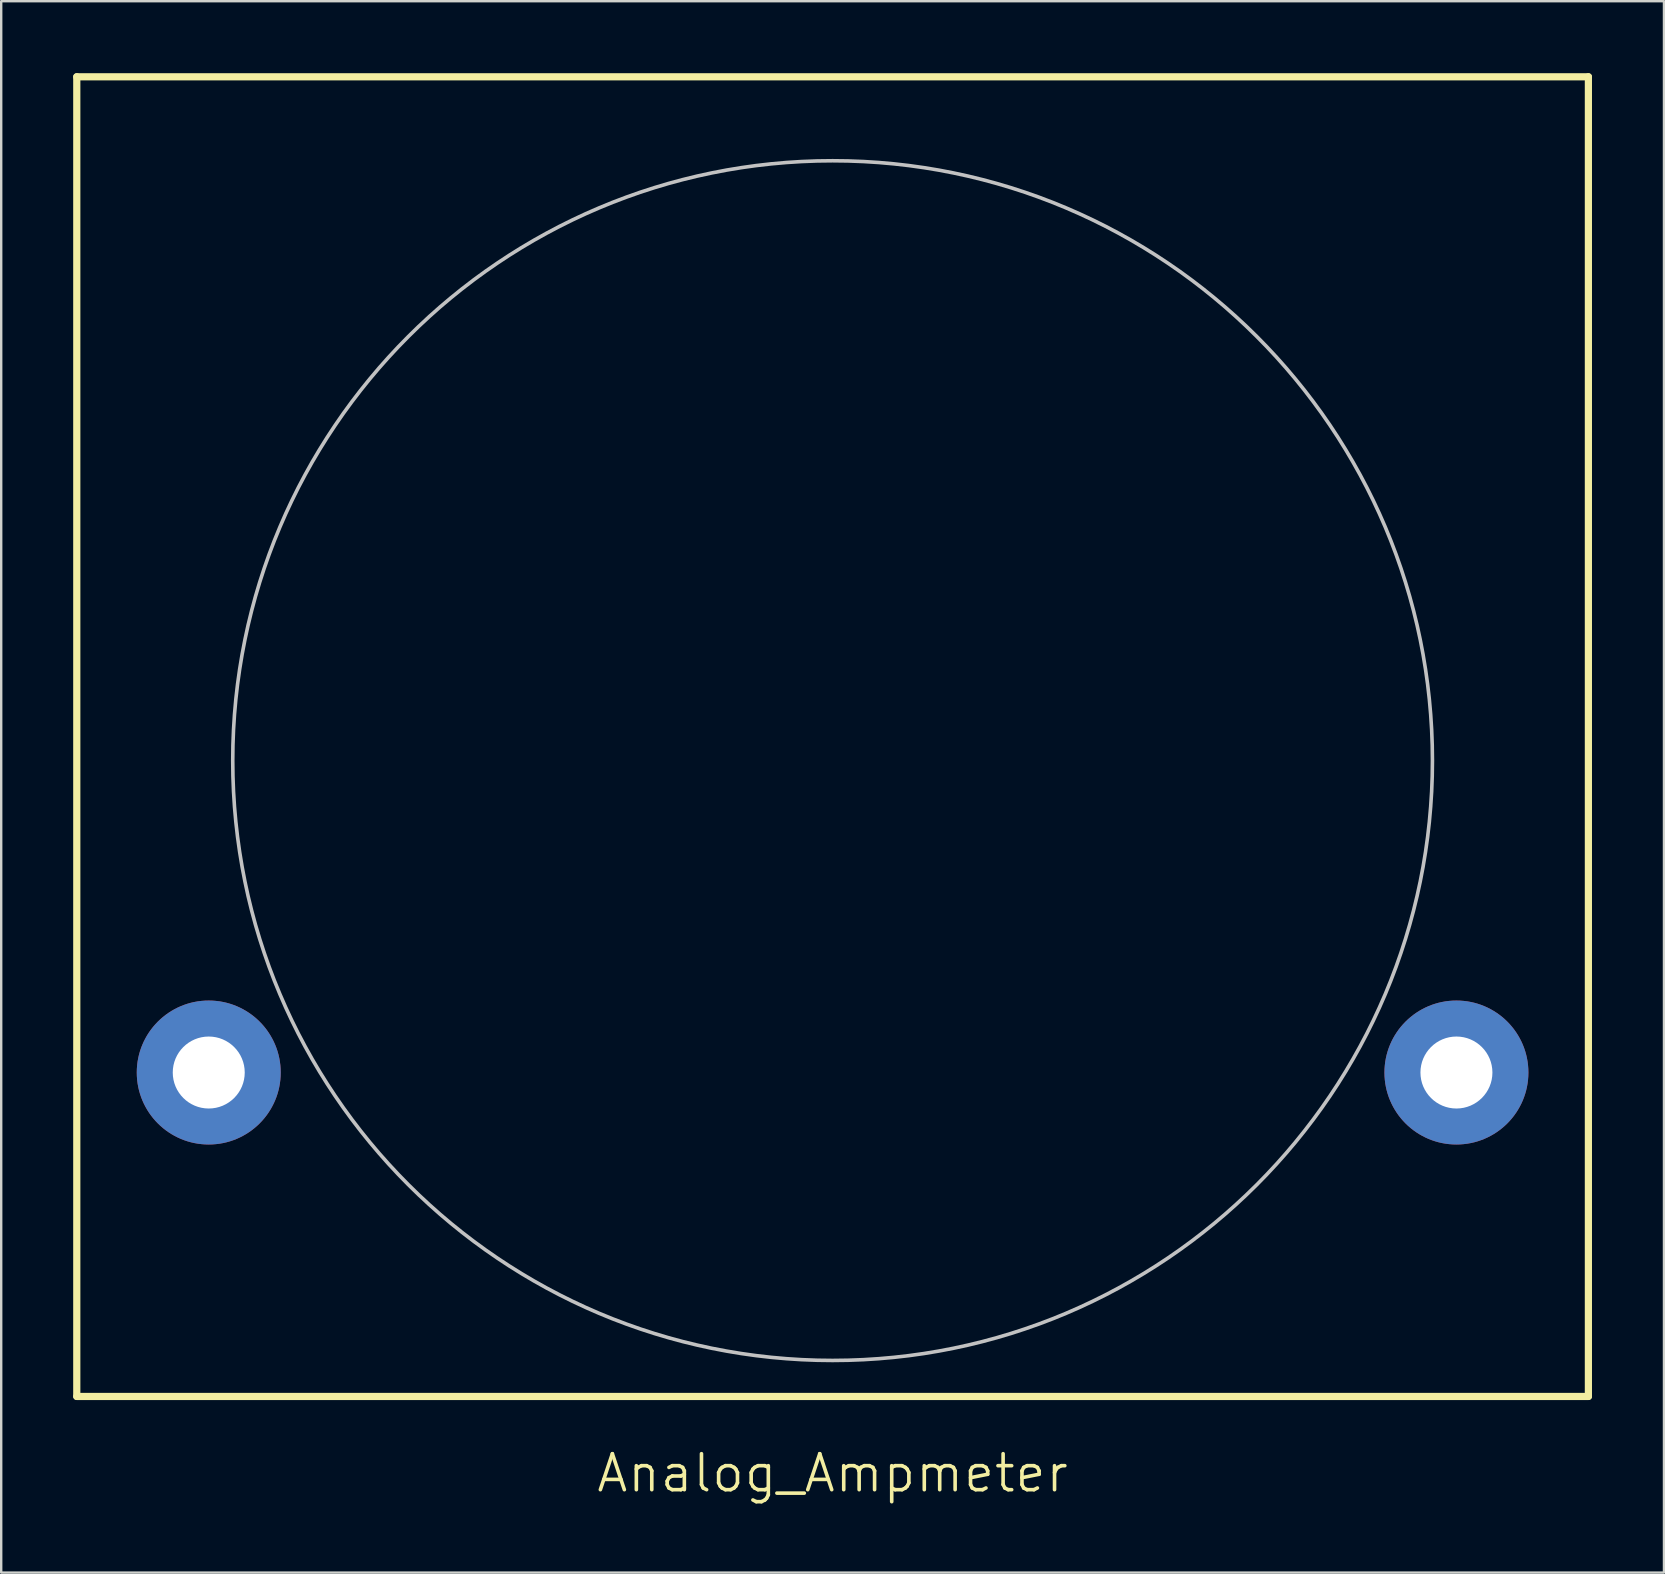
<source format=kicad_pcb>
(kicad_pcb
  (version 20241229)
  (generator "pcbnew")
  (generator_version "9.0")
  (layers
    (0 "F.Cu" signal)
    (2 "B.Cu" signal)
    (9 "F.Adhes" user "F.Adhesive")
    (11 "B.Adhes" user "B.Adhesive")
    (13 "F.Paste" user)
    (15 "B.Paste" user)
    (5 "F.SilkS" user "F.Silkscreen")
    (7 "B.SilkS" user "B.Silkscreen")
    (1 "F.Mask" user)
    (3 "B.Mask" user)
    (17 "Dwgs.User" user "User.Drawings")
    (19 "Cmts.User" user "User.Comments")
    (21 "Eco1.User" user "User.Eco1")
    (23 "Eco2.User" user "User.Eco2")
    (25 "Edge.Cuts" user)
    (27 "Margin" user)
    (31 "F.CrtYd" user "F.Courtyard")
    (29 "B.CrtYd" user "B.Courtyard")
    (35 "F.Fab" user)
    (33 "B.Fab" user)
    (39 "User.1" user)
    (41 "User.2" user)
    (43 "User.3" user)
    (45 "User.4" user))
  (footprint "Analog_Ampmeter"
    (layer "F.Cu")
    (at 31.65 28.65)
    (property "Reference" "Analog_Ampmeter" (at 0 29.7 0) (layer "F.SilkS") (effects (font (size 1.5 1.5) (thickness 0.15))))
    (attr through_hole)
    (fp_line (start -31.5 -28.5) (end -31.5 26.5) (stroke (width 0.3) (type solid)) (layer "F.SilkS"))
    (fp_line (start -31.5 -28.5) (end 31.5 -28.5) (stroke (width 0.3) (type solid)) (layer "F.SilkS"))
    (fp_line (start -31.5 26.5) (end 31.5 26.5) (stroke (width 0.3) (type solid)) (layer "F.SilkS"))
    (fp_line (start 31.5 -28.5) (end 31.5 26.5) (stroke (width 0.3) (type solid)) (layer "F.SilkS"))
    (fp_circle (center 0 0) (end 25 0) (stroke (width 0.15) (type solid)) (fill no) (layer "Dwgs.User"))
    (pad "1" thru_hole circle (at -26 13) (size 6 6) (drill 3) (layers "*.Cu" "*.Mask"))
    (pad "1" thru_hole circle (at 26 13) (size 6 6) (drill 3) (layers "*.Cu" "*.Mask")))
  (gr_rect
    (start -3 -3)
    (end 66.3 62.491)
    (stroke (width 0.1) (type default))
    (fill no)
    (layer "Edge.Cuts")))
</source>
